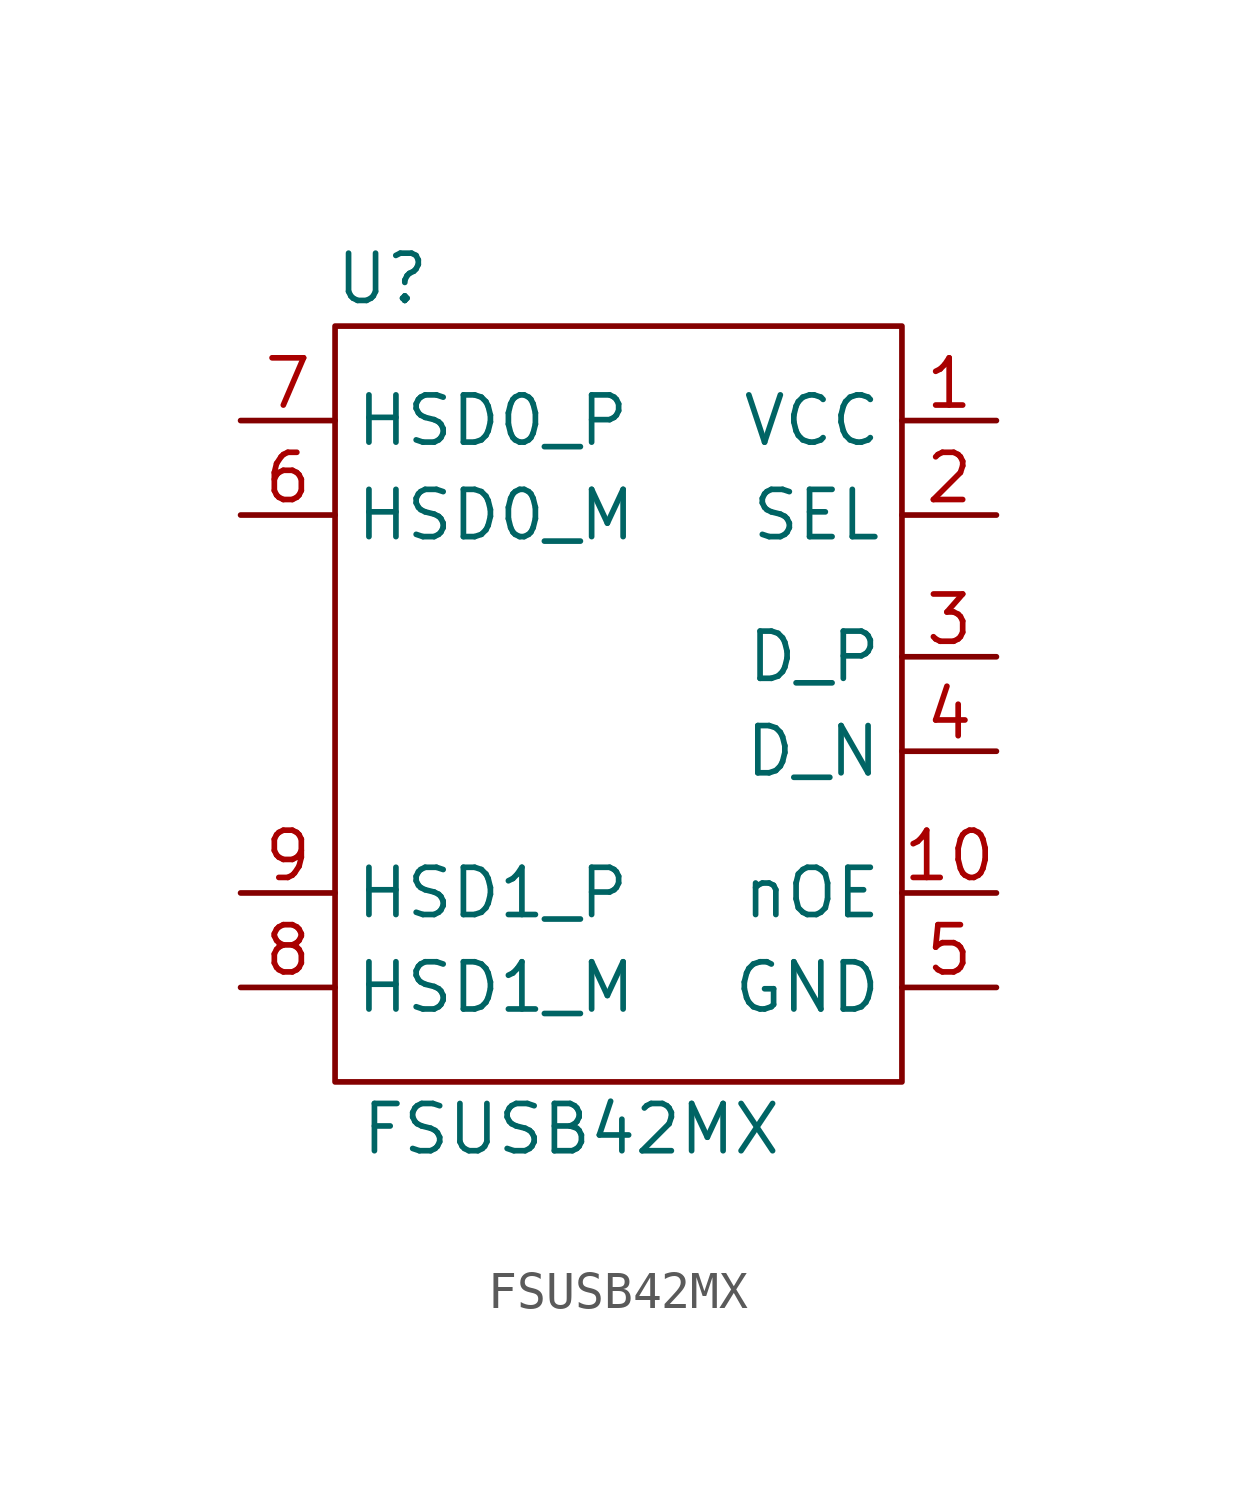
<source format=kicad_sym>
(kicad_symbol_lib
  (version 20241209)
  (generator "kicad_symbol_editor")
  (generator_version "9.0")
  (symbol "FSUSB42MX"
    (property "Reference" "U"
      (at -7.62 20.32 0)
      (effects (font (size 1.27 1.27))))
    (property "Value" "FSUSB42MX"
      (at -2.54 -2.54 0)
      (effects (font (size 1.27 1.27))))
    (symbol "FSUSB42MX_0_0"
      (pin bidirectional line (at -11.43 16.51 0) (length 2.54) (name "HSD0_P" (effects (font (size 1.27 1.27)))) (number "7" (effects (font (size 1.27 1.27)))))
      (pin bidirectional line (at -11.43 13.97 0) (length 2.54) (name "HSD0_M" (effects (font (size 1.27 1.27)))) (number "6" (effects (font (size 1.27 1.27)))))
      (pin bidirectional line (at -11.43 3.81 0) (length 2.54) (name "HSD1_P" (effects (font (size 1.27 1.27)))) (number "9" (effects (font (size 1.27 1.27)))))
      (pin bidirectional line (at -11.43 1.27 0) (length 2.54) (name "HSD1_M" (effects (font (size 1.27 1.27)))) (number "8" (effects (font (size 1.27 1.27)))))
      (pin power_in line (at 8.89 16.51 180) (length 2.54) (name "VCC" (effects (font (size 1.27 1.27)))) (number "1" (effects (font (size 1.27 1.27)))))
      (pin input line (at 8.89 13.97 180) (length 2.54) (name "SEL" (effects (font (size 1.27 1.27)))) (number "2" (effects (font (size 1.27 1.27)))))
      (pin bidirectional line (at 8.89 10.16 180) (length 2.54) (name "D_P" (effects (font (size 1.27 1.27)))) (number "3" (effects (font (size 1.27 1.27)))))
      (pin bidirectional line (at 8.89 7.62 180) (length 2.54) (name "D_N" (effects (font (size 1.27 1.27)))) (number "4" (effects (font (size 1.27 1.27)))))
      (pin input line (at 8.89 3.81 180) (length 2.54) (name "nOE" (effects (font (size 1.27 1.27)))) (number "10" (effects (font (size 1.27 1.27)))))
      (pin power_in line (at 8.89 1.27 180) (length 2.54) (name "GND" (effects (font (size 1.27 1.27)))) (number "5" (effects (font (size 1.27 1.27))))))
    (symbol "FSUSB42MX_0_1"
      (rectangle (start -8.89 19.05) (end 6.35 -1.27) (stroke (width 0) (type default)) (fill (type none))))))
</source>
